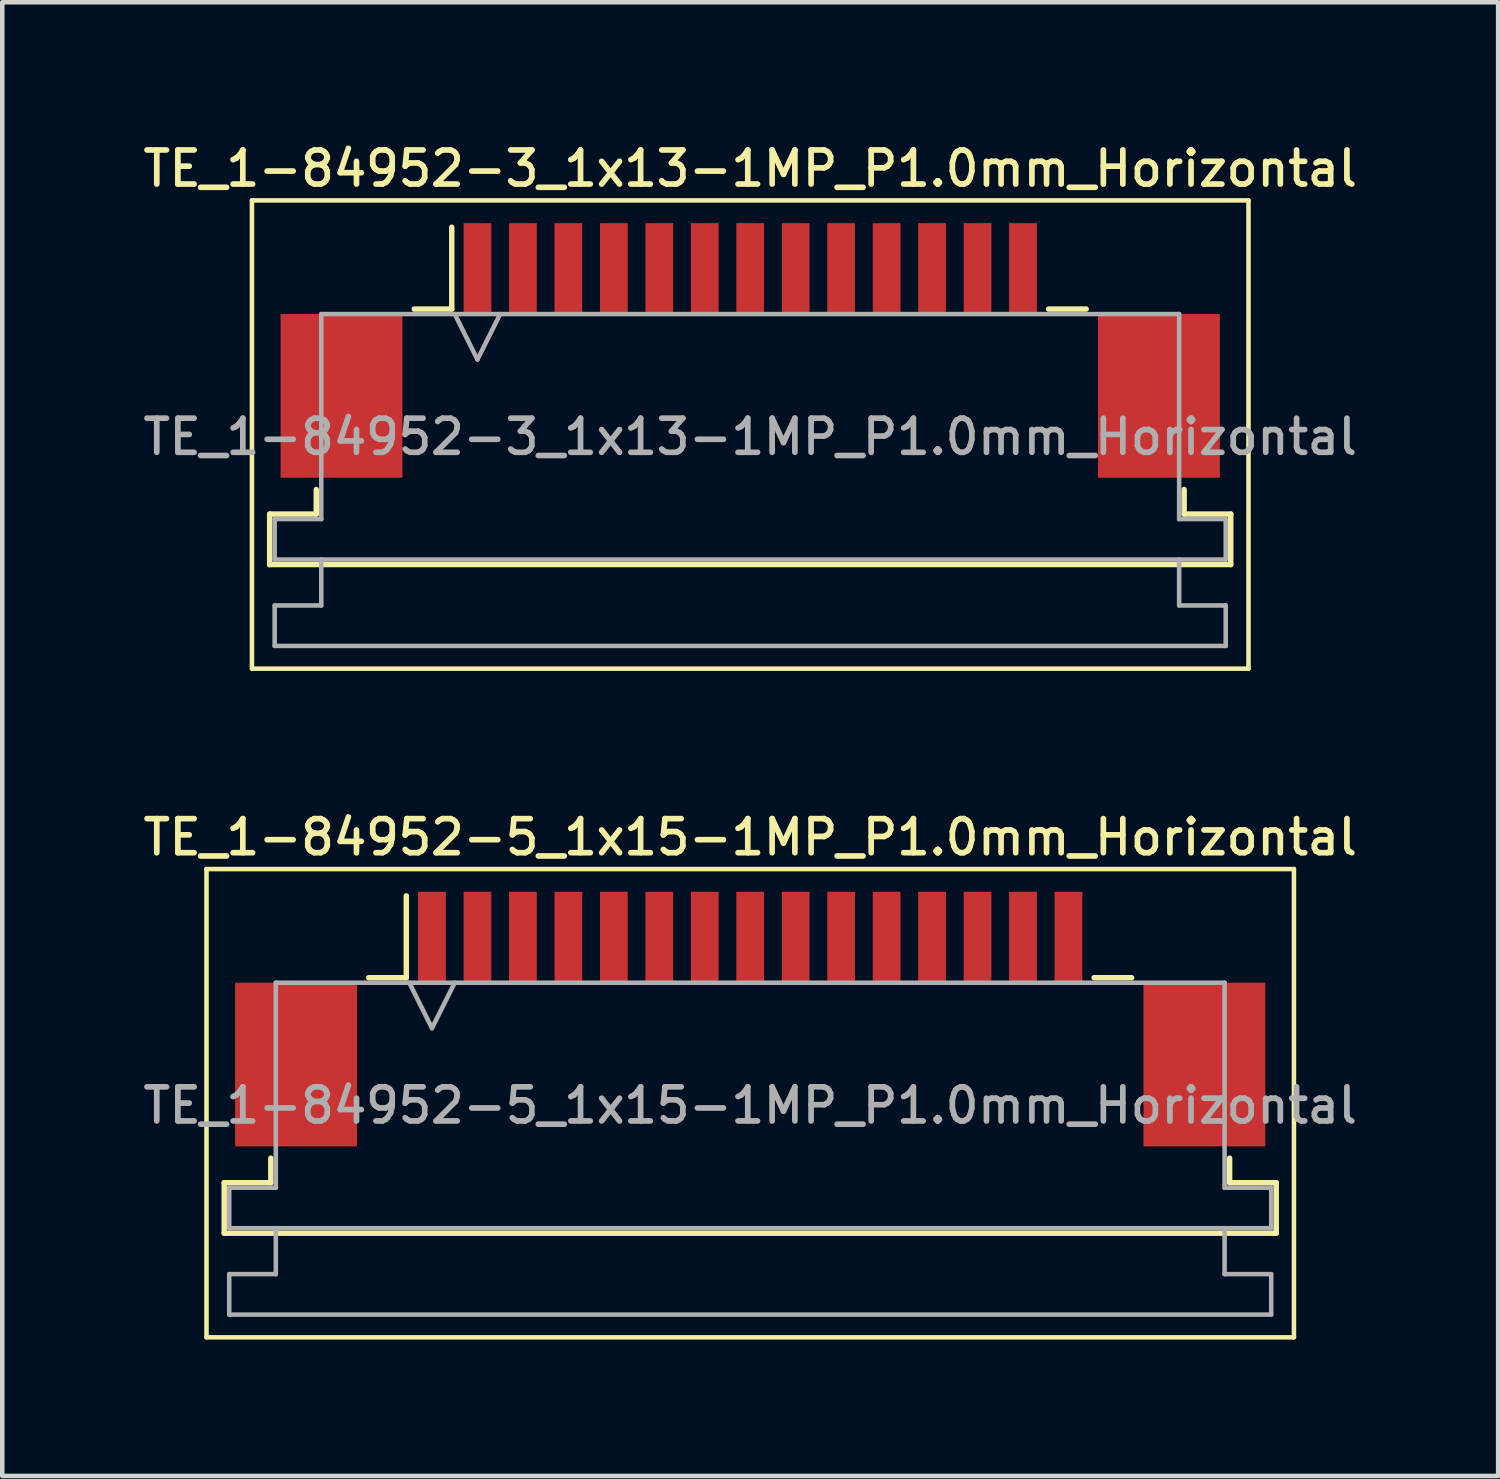
<source format=kicad_pcb>
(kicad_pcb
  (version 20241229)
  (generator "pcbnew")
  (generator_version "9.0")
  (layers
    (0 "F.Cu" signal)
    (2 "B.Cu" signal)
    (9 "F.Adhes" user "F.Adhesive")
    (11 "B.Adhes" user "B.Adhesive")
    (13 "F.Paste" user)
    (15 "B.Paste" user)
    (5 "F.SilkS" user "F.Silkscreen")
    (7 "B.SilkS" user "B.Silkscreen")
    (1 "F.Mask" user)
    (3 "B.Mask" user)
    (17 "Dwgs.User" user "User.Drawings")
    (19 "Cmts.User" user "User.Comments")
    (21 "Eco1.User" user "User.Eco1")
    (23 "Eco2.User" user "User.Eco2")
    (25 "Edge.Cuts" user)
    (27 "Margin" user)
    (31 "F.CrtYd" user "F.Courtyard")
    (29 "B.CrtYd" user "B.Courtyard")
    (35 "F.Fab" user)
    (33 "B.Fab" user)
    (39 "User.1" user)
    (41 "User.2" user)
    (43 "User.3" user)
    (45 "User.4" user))
  (footprint "TE_1-84952-5_1x15-1MP_P1.0mm_Horizontal"
    (layer "F.Cu")
    (at 13.452 19.366)
    (property "Reference" "TE_1-84952-5_1x15-1MP_P1.0mm_Horizontal" (at 0 -4 0) (layer "F.SilkS") (effects (font (size 0.75 0.75) (thickness 0.125))))
    (attr smd)
    (fp_line (start -11.96 -3.3) (end -11.96 7) (stroke (width 0.1) (type solid)) (layer "F.SilkS"))
    (fp_line (start -11.96 7) (end 11.96 7) (stroke (width 0.1) (type solid)) (layer "F.SilkS"))
    (fp_line (start -11.57 3.6) (end -10.545 3.6) (stroke (width 0.12) (type solid)) (layer "F.SilkS"))
    (fp_line (start -11.57 4.71) (end -11.57 3.6) (stroke (width 0.12) (type solid)) (layer "F.SilkS"))
    (fp_line (start -10.545 3.6) (end -10.545 3.06) (stroke (width 0.12) (type solid)) (layer "F.SilkS"))
    (fp_line (start -8.39 -0.91) (end -7.565 -0.91) (stroke (width 0.12) (type solid)) (layer "F.SilkS"))
    (fp_line (start -7.565 -0.91) (end -7.565 -2.71) (stroke (width 0.12) (type solid)) (layer "F.SilkS"))
    (fp_line (start 7.565 -0.91) (end 8.39 -0.91) (stroke (width 0.12) (type solid)) (layer "F.SilkS"))
    (fp_line (start 10.545 3.06) (end 10.545 3.6) (stroke (width 0.12) (type solid)) (layer "F.SilkS"))
    (fp_line (start 10.545 3.6) (end 11.57 3.6) (stroke (width 0.12) (type solid)) (layer "F.SilkS"))
    (fp_line (start 11.57 3.6) (end 11.57 4.71) (stroke (width 0.12) (type solid)) (layer "F.SilkS"))
    (fp_line (start 11.57 4.71) (end -11.57 4.71) (stroke (width 0.12) (type solid)) (layer "F.SilkS"))
    (fp_line (start 11.96 -3.3) (end -11.96 -3.3) (stroke (width 0.1) (type solid)) (layer "F.SilkS"))
    (fp_line (start 11.96 7) (end 11.96 -3.3) (stroke (width 0.1) (type solid)) (layer "F.SilkS"))
    (fp_line (start -11.46 3.71) (end -10.435 3.71) (stroke (width 0.1) (type solid)) (layer "F.Fab"))
    (fp_line (start -11.46 4.6) (end -11.46 3.71) (stroke (width 0.1) (type solid)) (layer "F.Fab"))
    (fp_line (start -11.46 5.61) (end -10.435 5.61) (stroke (width 0.1) (type solid)) (layer "F.Fab"))
    (fp_line (start -11.46 6.5) (end -11.46 5.61) (stroke (width 0.1) (type solid)) (layer "F.Fab"))
    (fp_line (start -10.435 -0.8) (end 10.435 -0.8) (stroke (width 0.1) (type solid)) (layer "F.Fab"))
    (fp_line (start -10.435 3.71) (end -10.435 -0.8) (stroke (width 0.1) (type solid)) (layer "F.Fab"))
    (fp_line (start -10.435 5.61) (end -10.435 4.6) (stroke (width 0.1) (type solid)) (layer "F.Fab"))
    (fp_line (start -7.5 -0.8) (end -7 0.2) (stroke (width 0.1) (type solid)) (layer "F.Fab"))
    (fp_line (start -7 0.2) (end -6.5 -0.8) (stroke (width 0.1) (type solid)) (layer "F.Fab"))
    (fp_line (start 10.435 -0.8) (end 10.435 3.71) (stroke (width 0.1) (type solid)) (layer "F.Fab"))
    (fp_line (start 10.435 3.71) (end 11.46 3.71) (stroke (width 0.1) (type solid)) (layer "F.Fab"))
    (fp_line (start 10.435 4.6) (end 10.435 5.61) (stroke (width 0.1) (type solid)) (layer "F.Fab"))
    (fp_line (start 10.435 5.61) (end 11.46 5.61) (stroke (width 0.1) (type solid)) (layer "F.Fab"))
    (fp_line (start 11.46 3.71) (end 11.46 4.6) (stroke (width 0.1) (type solid)) (layer "F.Fab"))
    (fp_line (start 11.46 4.6) (end -11.46 4.6) (stroke (width 0.1) (type solid)) (layer "F.Fab"))
    (fp_line (start 11.46 5.61) (end 11.46 6.5) (stroke (width 0.1) (type solid)) (layer "F.Fab"))
    (fp_line (start 11.46 6.5) (end -11.46 6.5) (stroke (width 0.1) (type solid)) (layer "F.Fab"))
    (fp_text user "${REFERENCE}" (at 0 1.9 0) (layer "F.Fab") (effects (font (size 0.75 0.75) (thickness 0.125))))
    (pad "1" smd rect (at -7 -1.8) (size 0.61 2) (layers "F.Cu" "F.Mask" "F.Paste"))
    (pad "2" smd rect (at -6 -1.8) (size 0.61 2) (layers "F.Cu" "F.Mask" "F.Paste"))
    (pad "3" smd rect (at -5 -1.8) (size 0.61 2) (layers "F.Cu" "F.Mask" "F.Paste"))
    (pad "4" smd rect (at -4 -1.8) (size 0.61 2) (layers "F.Cu" "F.Mask" "F.Paste"))
    (pad "5" smd rect (at -3 -1.8) (size 0.61 2) (layers "F.Cu" "F.Mask" "F.Paste"))
    (pad "6" smd rect (at -2 -1.8) (size 0.61 2) (layers "F.Cu" "F.Mask" "F.Paste"))
    (pad "7" smd rect (at -1 -1.8) (size 0.61 2) (layers "F.Cu" "F.Mask" "F.Paste"))
    (pad "8" smd rect (at 0 -1.8) (size 0.61 2) (layers "F.Cu" "F.Mask" "F.Paste"))
    (pad "9" smd rect (at 1 -1.8) (size 0.61 2) (layers "F.Cu" "F.Mask" "F.Paste"))
    (pad "10" smd rect (at 2 -1.8) (size 0.61 2) (layers "F.Cu" "F.Mask" "F.Paste"))
    (pad "11" smd rect (at 3 -1.8) (size 0.61 2) (layers "F.Cu" "F.Mask" "F.Paste"))
    (pad "12" smd rect (at 4 -1.8) (size 0.61 2) (layers "F.Cu" "F.Mask" "F.Paste"))
    (pad "13" smd rect (at 5 -1.8) (size 0.61 2) (layers "F.Cu" "F.Mask" "F.Paste"))
    (pad "14" smd rect (at 6 -1.8) (size 0.61 2) (layers "F.Cu" "F.Mask" "F.Paste"))
    (pad "15" smd rect (at 7 -1.8) (size 0.61 2) (layers "F.Cu" "F.Mask" "F.Paste"))
    (pad "MP" smd rect (at -9.99 1) (size 2.68 3.6) (layers "F.Cu" "F.Mask" "F.Paste"))
    (pad "MP" smd rect (at 9.99 1) (size 2.68 3.6) (layers "F.Cu" "F.Mask" "F.Paste")))
  (footprint "TE_1-84952-3_1x13-1MP_P1.0mm_Horizontal"
    (layer "F.Cu")
    (at 13.452 4.658)
    (property "Reference" "TE_1-84952-3_1x13-1MP_P1.0mm_Horizontal" (at 0 -4 0) (layer "F.SilkS") (effects (font (size 0.75 0.75) (thickness 0.125))))
    (attr smd)
    (fp_line (start -10.96 -3.3) (end -10.96 7) (stroke (width 0.1) (type solid)) (layer "F.SilkS"))
    (fp_line (start -10.96 7) (end 10.96 7) (stroke (width 0.1) (type solid)) (layer "F.SilkS"))
    (fp_line (start -10.57 3.6) (end -9.545 3.6) (stroke (width 0.12) (type solid)) (layer "F.SilkS"))
    (fp_line (start -10.57 4.71) (end -10.57 3.6) (stroke (width 0.12) (type solid)) (layer "F.SilkS"))
    (fp_line (start -9.545 3.6) (end -9.545 3.06) (stroke (width 0.12) (type solid)) (layer "F.SilkS"))
    (fp_line (start -7.39 -0.91) (end -6.565 -0.91) (stroke (width 0.12) (type solid)) (layer "F.SilkS"))
    (fp_line (start -6.565 -0.91) (end -6.565 -2.71) (stroke (width 0.12) (type solid)) (layer "F.SilkS"))
    (fp_line (start 6.565 -0.91) (end 7.39 -0.91) (stroke (width 0.12) (type solid)) (layer "F.SilkS"))
    (fp_line (start 9.545 3.06) (end 9.545 3.6) (stroke (width 0.12) (type solid)) (layer "F.SilkS"))
    (fp_line (start 9.545 3.6) (end 10.57 3.6) (stroke (width 0.12) (type solid)) (layer "F.SilkS"))
    (fp_line (start 10.57 3.6) (end 10.57 4.71) (stroke (width 0.12) (type solid)) (layer "F.SilkS"))
    (fp_line (start 10.57 4.71) (end -10.57 4.71) (stroke (width 0.12) (type solid)) (layer "F.SilkS"))
    (fp_line (start 10.96 -3.3) (end -10.96 -3.3) (stroke (width 0.1) (type solid)) (layer "F.SilkS"))
    (fp_line (start 10.96 7) (end 10.96 -3.3) (stroke (width 0.1) (type solid)) (layer "F.SilkS"))
    (fp_line (start -10.46 3.71) (end -9.435 3.71) (stroke (width 0.1) (type solid)) (layer "F.Fab"))
    (fp_line (start -10.46 4.6) (end -10.46 3.71) (stroke (width 0.1) (type solid)) (layer "F.Fab"))
    (fp_line (start -10.46 5.61) (end -9.435 5.61) (stroke (width 0.1) (type solid)) (layer "F.Fab"))
    (fp_line (start -10.46 6.5) (end -10.46 5.61) (stroke (width 0.1) (type solid)) (layer "F.Fab"))
    (fp_line (start -9.435 -0.8) (end 9.435 -0.8) (stroke (width 0.1) (type solid)) (layer "F.Fab"))
    (fp_line (start -9.435 3.71) (end -9.435 -0.8) (stroke (width 0.1) (type solid)) (layer "F.Fab"))
    (fp_line (start -9.435 5.61) (end -9.435 4.6) (stroke (width 0.1) (type solid)) (layer "F.Fab"))
    (fp_line (start -6.5 -0.8) (end -6 0.2) (stroke (width 0.1) (type solid)) (layer "F.Fab"))
    (fp_line (start -6 0.2) (end -5.5 -0.8) (stroke (width 0.1) (type solid)) (layer "F.Fab"))
    (fp_line (start 9.435 -0.8) (end 9.435 3.71) (stroke (width 0.1) (type solid)) (layer "F.Fab"))
    (fp_line (start 9.435 3.71) (end 10.46 3.71) (stroke (width 0.1) (type solid)) (layer "F.Fab"))
    (fp_line (start 9.435 4.6) (end 9.435 5.61) (stroke (width 0.1) (type solid)) (layer "F.Fab"))
    (fp_line (start 9.435 5.61) (end 10.46 5.61) (stroke (width 0.1) (type solid)) (layer "F.Fab"))
    (fp_line (start 10.46 3.71) (end 10.46 4.6) (stroke (width 0.1) (type solid)) (layer "F.Fab"))
    (fp_line (start 10.46 4.6) (end -10.46 4.6) (stroke (width 0.1) (type solid)) (layer "F.Fab"))
    (fp_line (start 10.46 5.61) (end 10.46 6.5) (stroke (width 0.1) (type solid)) (layer "F.Fab"))
    (fp_line (start 10.46 6.5) (end -10.46 6.5) (stroke (width 0.1) (type solid)) (layer "F.Fab"))
    (fp_text user "${REFERENCE}" (at 0 1.9 0) (layer "F.Fab") (effects (font (size 0.75 0.75) (thickness 0.125))))
    (pad "1" smd rect (at -6 -1.8) (size 0.61 2) (layers "F.Cu" "F.Mask" "F.Paste"))
    (pad "2" smd rect (at -5 -1.8) (size 0.61 2) (layers "F.Cu" "F.Mask" "F.Paste"))
    (pad "3" smd rect (at -4 -1.8) (size 0.61 2) (layers "F.Cu" "F.Mask" "F.Paste"))
    (pad "4" smd rect (at -3 -1.8) (size 0.61 2) (layers "F.Cu" "F.Mask" "F.Paste"))
    (pad "5" smd rect (at -2 -1.8) (size 0.61 2) (layers "F.Cu" "F.Mask" "F.Paste"))
    (pad "6" smd rect (at -1 -1.8) (size 0.61 2) (layers "F.Cu" "F.Mask" "F.Paste"))
    (pad "7" smd rect (at 0 -1.8) (size 0.61 2) (layers "F.Cu" "F.Mask" "F.Paste"))
    (pad "8" smd rect (at 1 -1.8) (size 0.61 2) (layers "F.Cu" "F.Mask" "F.Paste"))
    (pad "9" smd rect (at 2 -1.8) (size 0.61 2) (layers "F.Cu" "F.Mask" "F.Paste"))
    (pad "10" smd rect (at 3 -1.8) (size 0.61 2) (layers "F.Cu" "F.Mask" "F.Paste"))
    (pad "11" smd rect (at 4 -1.8) (size 0.61 2) (layers "F.Cu" "F.Mask" "F.Paste"))
    (pad "12" smd rect (at 5 -1.8) (size 0.61 2) (layers "F.Cu" "F.Mask" "F.Paste"))
    (pad "13" smd rect (at 6 -1.8) (size 0.61 2) (layers "F.Cu" "F.Mask" "F.Paste"))
    (pad "MP" smd rect (at -8.99 1) (size 2.68 3.6) (layers "F.Cu" "F.Mask" "F.Paste"))
    (pad "MP" smd rect (at 8.99 1) (size 2.68 3.6) (layers "F.Cu" "F.Mask" "F.Paste")))
  (gr_rect
    (start -3 -3)
    (end 29.904 29.416)
    (stroke (width 0.1) (type default))
    (fill no)
    (layer "Edge.Cuts")))
</source>
